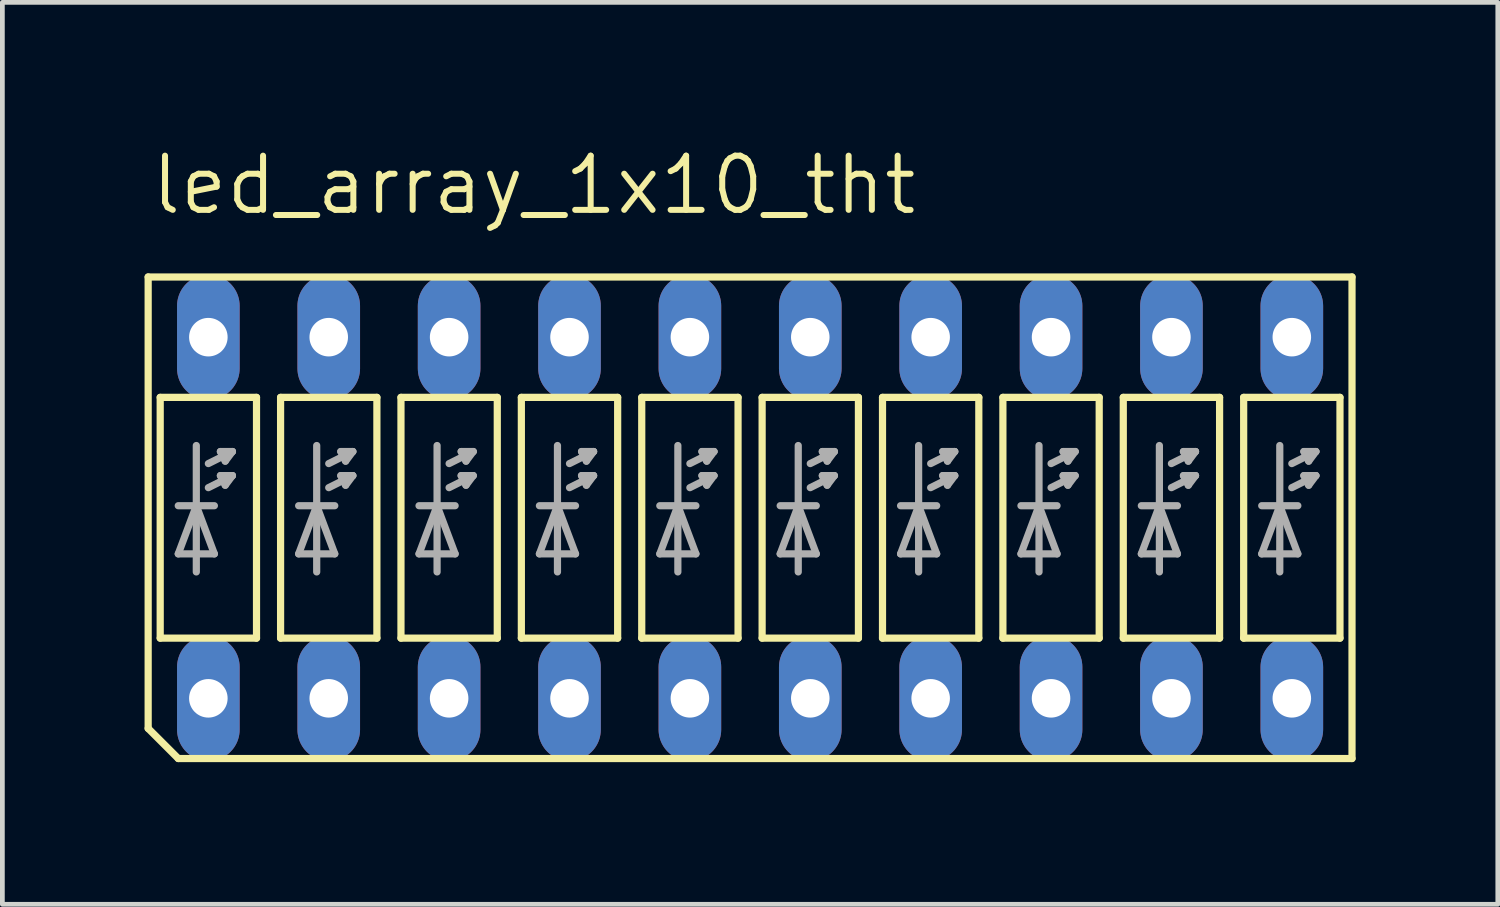
<source format=kicad_pcb>
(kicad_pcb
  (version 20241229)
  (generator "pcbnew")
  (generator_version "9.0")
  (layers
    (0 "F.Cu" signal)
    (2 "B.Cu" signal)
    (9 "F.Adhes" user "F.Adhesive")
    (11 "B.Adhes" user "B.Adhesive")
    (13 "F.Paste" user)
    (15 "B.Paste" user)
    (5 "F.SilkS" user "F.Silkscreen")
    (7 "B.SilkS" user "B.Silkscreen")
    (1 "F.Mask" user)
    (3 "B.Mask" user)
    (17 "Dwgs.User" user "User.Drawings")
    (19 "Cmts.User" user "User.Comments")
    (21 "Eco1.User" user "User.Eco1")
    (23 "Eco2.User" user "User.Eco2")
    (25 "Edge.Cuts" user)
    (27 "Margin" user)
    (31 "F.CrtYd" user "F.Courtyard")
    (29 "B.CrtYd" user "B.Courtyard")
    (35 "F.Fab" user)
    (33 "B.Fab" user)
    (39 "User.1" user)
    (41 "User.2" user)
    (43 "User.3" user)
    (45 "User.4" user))
  (footprint "led_array_1x10_tht"
    (layer "F.Cu")
    (at 12.776 7.874)
    (property "Reference" "led_array_1x10_tht" (at -12.7 -6.35 0) (layer "F.SilkS") (effects (font (size 1.143 1.143) (thickness 0.127)) (justify left bottom)))
    (fp_line (start -12.7 -5.08) (end 12.7 -5.08) (stroke (width 0.152) (type solid)) (layer "F.SilkS"))
    (fp_line (start -12.7 4.445) (end -12.7 -5.08) (stroke (width 0.152) (type solid)) (layer "F.SilkS"))
    (fp_line (start -12.7 4.445) (end -12.065 5.08) (stroke (width 0.152) (type solid)) (layer "F.SilkS"))
    (fp_line (start -12.446 -2.54) (end -10.414 -2.54) (stroke (width 0.152) (type solid)) (layer "F.SilkS"))
    (fp_line (start -12.446 2.54) (end -12.446 -2.54) (stroke (width 0.152) (type solid)) (layer "F.SilkS"))
    (fp_line (start -12.065 5.08) (end 12.7 5.08) (stroke (width 0.152) (type solid)) (layer "F.SilkS"))
    (fp_line (start -10.414 -2.54) (end -10.414 2.54) (stroke (width 0.152) (type solid)) (layer "F.SilkS"))
    (fp_line (start -10.414 2.54) (end -12.446 2.54) (stroke (width 0.152) (type solid)) (layer "F.SilkS"))
    (fp_line (start -9.906 -2.54) (end -7.874 -2.54) (stroke (width 0.152) (type solid)) (layer "F.SilkS"))
    (fp_line (start -9.906 2.54) (end -9.906 -2.54) (stroke (width 0.152) (type solid)) (layer "F.SilkS"))
    (fp_line (start -7.874 -2.54) (end -7.874 2.54) (stroke (width 0.152) (type solid)) (layer "F.SilkS"))
    (fp_line (start -7.874 2.54) (end -9.906 2.54) (stroke (width 0.152) (type solid)) (layer "F.SilkS"))
    (fp_line (start -7.366 -2.54) (end -5.334 -2.54) (stroke (width 0.152) (type solid)) (layer "F.SilkS"))
    (fp_line (start -7.366 2.54) (end -7.366 -2.54) (stroke (width 0.152) (type solid)) (layer "F.SilkS"))
    (fp_line (start -5.334 -2.54) (end -5.334 2.54) (stroke (width 0.152) (type solid)) (layer "F.SilkS"))
    (fp_line (start -5.334 2.54) (end -7.366 2.54) (stroke (width 0.152) (type solid)) (layer "F.SilkS"))
    (fp_line (start -4.826 -2.54) (end -4.826 2.54) (stroke (width 0.152) (type solid)) (layer "F.SilkS"))
    (fp_line (start -4.826 2.54) (end -2.794 2.54) (stroke (width 0.152) (type solid)) (layer "F.SilkS"))
    (fp_line (start -2.794 -2.54) (end -4.826 -2.54) (stroke (width 0.152) (type solid)) (layer "F.SilkS"))
    (fp_line (start -2.794 2.54) (end -2.794 -2.54) (stroke (width 0.152) (type solid)) (layer "F.SilkS"))
    (fp_line (start -2.286 -2.54) (end -2.286 2.54) (stroke (width 0.152) (type solid)) (layer "F.SilkS"))
    (fp_line (start -2.286 2.54) (end -0.254 2.54) (stroke (width 0.152) (type solid)) (layer "F.SilkS"))
    (fp_line (start -0.254 -2.54) (end -2.286 -2.54) (stroke (width 0.152) (type solid)) (layer "F.SilkS"))
    (fp_line (start -0.254 2.54) (end -0.254 -2.54) (stroke (width 0.152) (type solid)) (layer "F.SilkS"))
    (fp_line (start 0.254 -2.54) (end 0.254 2.54) (stroke (width 0.152) (type solid)) (layer "F.SilkS"))
    (fp_line (start 0.254 2.54) (end 2.286 2.54) (stroke (width 0.152) (type solid)) (layer "F.SilkS"))
    (fp_line (start 2.286 -2.54) (end 0.254 -2.54) (stroke (width 0.152) (type solid)) (layer "F.SilkS"))
    (fp_line (start 2.286 2.54) (end 2.286 -2.54) (stroke (width 0.152) (type solid)) (layer "F.SilkS"))
    (fp_line (start 2.794 -2.54) (end 2.794 2.54) (stroke (width 0.152) (type solid)) (layer "F.SilkS"))
    (fp_line (start 2.794 2.54) (end 4.826 2.54) (stroke (width 0.152) (type solid)) (layer "F.SilkS"))
    (fp_line (start 4.826 -2.54) (end 2.794 -2.54) (stroke (width 0.152) (type solid)) (layer "F.SilkS"))
    (fp_line (start 4.826 2.54) (end 4.826 -2.54) (stroke (width 0.152) (type solid)) (layer "F.SilkS"))
    (fp_line (start 5.334 -2.54) (end 5.334 2.54) (stroke (width 0.152) (type solid)) (layer "F.SilkS"))
    (fp_line (start 5.334 2.54) (end 7.366 2.54) (stroke (width 0.152) (type solid)) (layer "F.SilkS"))
    (fp_line (start 7.366 -2.54) (end 5.334 -2.54) (stroke (width 0.152) (type solid)) (layer "F.SilkS"))
    (fp_line (start 7.366 2.54) (end 7.366 -2.54) (stroke (width 0.152) (type solid)) (layer "F.SilkS"))
    (fp_line (start 7.874 -2.54) (end 7.874 2.54) (stroke (width 0.152) (type solid)) (layer "F.SilkS"))
    (fp_line (start 7.874 2.54) (end 9.906 2.54) (stroke (width 0.152) (type solid)) (layer "F.SilkS"))
    (fp_line (start 9.906 -2.54) (end 7.874 -2.54) (stroke (width 0.152) (type solid)) (layer "F.SilkS"))
    (fp_line (start 9.906 2.54) (end 9.906 -2.54) (stroke (width 0.152) (type solid)) (layer "F.SilkS"))
    (fp_line (start 10.414 -2.54) (end 10.414 2.54) (stroke (width 0.152) (type solid)) (layer "F.SilkS"))
    (fp_line (start 10.414 2.54) (end 12.446 2.54) (stroke (width 0.152) (type solid)) (layer "F.SilkS"))
    (fp_line (start 12.446 -2.54) (end 10.414 -2.54) (stroke (width 0.152) (type solid)) (layer "F.SilkS"))
    (fp_line (start 12.446 2.54) (end 12.446 -2.54) (stroke (width 0.152) (type solid)) (layer "F.SilkS"))
    (fp_line (start 12.7 5.08) (end 12.7 -5.08) (stroke (width 0.152) (type solid)) (layer "F.SilkS"))
    (fp_line (start -12.065 -0.254) (end -11.684 -0.254) (stroke (width 0.152) (type solid)) (layer "F.Fab"))
    (fp_line (start -12.065 0.762) (end -11.684 -0.254) (stroke (width 0.152) (type solid)) (layer "F.Fab"))
    (fp_line (start -12.065 0.762) (end -11.303 0.762) (stroke (width 0.152) (type solid)) (layer "F.Fab"))
    (fp_line (start -11.684 -0.254) (end -11.684 -1.524) (stroke (width 0.152) (type solid)) (layer "F.Fab"))
    (fp_line (start -11.684 -0.254) (end -11.303 -0.254) (stroke (width 0.152) (type solid)) (layer "F.Fab"))
    (fp_line (start -11.684 -0.254) (end -11.303 0.762) (stroke (width 0.152) (type solid)) (layer "F.Fab"))
    (fp_line (start -11.684 1.143) (end -11.684 -0.254) (stroke (width 0.152) (type solid)) (layer "F.Fab"))
    (fp_line (start -11.43 -1.143) (end -10.922 -1.397) (stroke (width 0.152) (type solid)) (layer "F.Fab"))
    (fp_line (start -11.43 -0.635) (end -10.922 -0.889) (stroke (width 0.152) (type solid)) (layer "F.Fab"))
    (fp_line (start -11.074 -1.194) (end -11.176 -1.397) (stroke (width 0.152) (type solid)) (layer "F.Fab"))
    (fp_line (start -11.074 -0.686) (end -11.176 -0.889) (stroke (width 0.152) (type solid)) (layer "F.Fab"))
    (fp_line (start -10.922 -1.397) (end -11.176 -1.397) (stroke (width 0.152) (type solid)) (layer "F.Fab"))
    (fp_line (start -10.922 -1.397) (end -11.074 -1.194) (stroke (width 0.152) (type solid)) (layer "F.Fab"))
    (fp_line (start -10.922 -0.889) (end -11.176 -0.889) (stroke (width 0.152) (type solid)) (layer "F.Fab"))
    (fp_line (start -10.922 -0.889) (end -11.074 -0.686) (stroke (width 0.152) (type solid)) (layer "F.Fab"))
    (fp_line (start -9.525 -0.254) (end -9.144 -0.254) (stroke (width 0.152) (type solid)) (layer "F.Fab"))
    (fp_line (start -9.525 0.762) (end -9.144 -0.254) (stroke (width 0.152) (type solid)) (layer "F.Fab"))
    (fp_line (start -9.525 0.762) (end -8.763 0.762) (stroke (width 0.152) (type solid)) (layer "F.Fab"))
    (fp_line (start -9.144 -0.254) (end -9.144 -1.524) (stroke (width 0.152) (type solid)) (layer "F.Fab"))
    (fp_line (start -9.144 -0.254) (end -8.763 -0.254) (stroke (width 0.152) (type solid)) (layer "F.Fab"))
    (fp_line (start -9.144 -0.254) (end -8.763 0.762) (stroke (width 0.152) (type solid)) (layer "F.Fab"))
    (fp_line (start -9.144 1.143) (end -9.144 -0.254) (stroke (width 0.152) (type solid)) (layer "F.Fab"))
    (fp_line (start -8.89 -1.143) (end -8.382 -1.397) (stroke (width 0.152) (type solid)) (layer "F.Fab"))
    (fp_line (start -8.89 -0.635) (end -8.382 -0.889) (stroke (width 0.152) (type solid)) (layer "F.Fab"))
    (fp_line (start -8.534 -1.194) (end -8.636 -1.397) (stroke (width 0.152) (type solid)) (layer "F.Fab"))
    (fp_line (start -8.534 -0.686) (end -8.636 -0.889) (stroke (width 0.152) (type solid)) (layer "F.Fab"))
    (fp_line (start -8.382 -1.397) (end -8.636 -1.397) (stroke (width 0.152) (type solid)) (layer "F.Fab"))
    (fp_line (start -8.382 -1.397) (end -8.534 -1.194) (stroke (width 0.152) (type solid)) (layer "F.Fab"))
    (fp_line (start -8.382 -0.889) (end -8.636 -0.889) (stroke (width 0.152) (type solid)) (layer "F.Fab"))
    (fp_line (start -8.382 -0.889) (end -8.534 -0.686) (stroke (width 0.152) (type solid)) (layer "F.Fab"))
    (fp_line (start -6.985 -0.254) (end -6.604 -0.254) (stroke (width 0.152) (type solid)) (layer "F.Fab"))
    (fp_line (start -6.985 0.762) (end -6.604 -0.254) (stroke (width 0.152) (type solid)) (layer "F.Fab"))
    (fp_line (start -6.985 0.762) (end -6.223 0.762) (stroke (width 0.152) (type solid)) (layer "F.Fab"))
    (fp_line (start -6.604 -0.254) (end -6.604 -1.524) (stroke (width 0.152) (type solid)) (layer "F.Fab"))
    (fp_line (start -6.604 -0.254) (end -6.223 -0.254) (stroke (width 0.152) (type solid)) (layer "F.Fab"))
    (fp_line (start -6.604 -0.254) (end -6.223 0.762) (stroke (width 0.152) (type solid)) (layer "F.Fab"))
    (fp_line (start -6.604 1.143) (end -6.604 -0.254) (stroke (width 0.152) (type solid)) (layer "F.Fab"))
    (fp_line (start -6.35 -1.143) (end -5.842 -1.397) (stroke (width 0.152) (type solid)) (layer "F.Fab"))
    (fp_line (start -6.35 -0.635) (end -5.842 -0.889) (stroke (width 0.152) (type solid)) (layer "F.Fab"))
    (fp_line (start -5.994 -1.194) (end -6.096 -1.397) (stroke (width 0.152) (type solid)) (layer "F.Fab"))
    (fp_line (start -5.994 -0.686) (end -6.096 -0.889) (stroke (width 0.152) (type solid)) (layer "F.Fab"))
    (fp_line (start -5.842 -1.397) (end -6.096 -1.397) (stroke (width 0.152) (type solid)) (layer "F.Fab"))
    (fp_line (start -5.842 -1.397) (end -5.994 -1.194) (stroke (width 0.152) (type solid)) (layer "F.Fab"))
    (fp_line (start -5.842 -0.889) (end -6.096 -0.889) (stroke (width 0.152) (type solid)) (layer "F.Fab"))
    (fp_line (start -5.842 -0.889) (end -5.994 -0.686) (stroke (width 0.152) (type solid)) (layer "F.Fab"))
    (fp_line (start -4.445 -0.254) (end -4.064 -0.254) (stroke (width 0.152) (type solid)) (layer "F.Fab"))
    (fp_line (start -4.445 0.762) (end -4.064 -0.254) (stroke (width 0.152) (type solid)) (layer "F.Fab"))
    (fp_line (start -4.445 0.762) (end -3.683 0.762) (stroke (width 0.152) (type solid)) (layer "F.Fab"))
    (fp_line (start -4.064 -0.254) (end -4.064 -1.524) (stroke (width 0.152) (type solid)) (layer "F.Fab"))
    (fp_line (start -4.064 -0.254) (end -3.683 -0.254) (stroke (width 0.152) (type solid)) (layer "F.Fab"))
    (fp_line (start -4.064 -0.254) (end -3.683 0.762) (stroke (width 0.152) (type solid)) (layer "F.Fab"))
    (fp_line (start -4.064 1.143) (end -4.064 -0.254) (stroke (width 0.152) (type solid)) (layer "F.Fab"))
    (fp_line (start -3.81 -1.143) (end -3.302 -1.397) (stroke (width 0.152) (type solid)) (layer "F.Fab"))
    (fp_line (start -3.81 -0.635) (end -3.302 -0.889) (stroke (width 0.152) (type solid)) (layer "F.Fab"))
    (fp_line (start -3.454 -1.194) (end -3.556 -1.397) (stroke (width 0.152) (type solid)) (layer "F.Fab"))
    (fp_line (start -3.454 -0.686) (end -3.556 -0.889) (stroke (width 0.152) (type solid)) (layer "F.Fab"))
    (fp_line (start -3.302 -1.397) (end -3.556 -1.397) (stroke (width 0.152) (type solid)) (layer "F.Fab"))
    (fp_line (start -3.302 -1.397) (end -3.454 -1.194) (stroke (width 0.152) (type solid)) (layer "F.Fab"))
    (fp_line (start -3.302 -0.889) (end -3.556 -0.889) (stroke (width 0.152) (type solid)) (layer "F.Fab"))
    (fp_line (start -3.302 -0.889) (end -3.454 -0.686) (stroke (width 0.152) (type solid)) (layer "F.Fab"))
    (fp_line (start -1.905 -0.254) (end -1.524 -0.254) (stroke (width 0.152) (type solid)) (layer "F.Fab"))
    (fp_line (start -1.905 0.762) (end -1.524 -0.254) (stroke (width 0.152) (type solid)) (layer "F.Fab"))
    (fp_line (start -1.905 0.762) (end -1.143 0.762) (stroke (width 0.152) (type solid)) (layer "F.Fab"))
    (fp_line (start -1.524 -0.254) (end -1.524 -1.524) (stroke (width 0.152) (type solid)) (layer "F.Fab"))
    (fp_line (start -1.524 -0.254) (end -1.143 -0.254) (stroke (width 0.152) (type solid)) (layer "F.Fab"))
    (fp_line (start -1.524 -0.254) (end -1.143 0.762) (stroke (width 0.152) (type solid)) (layer "F.Fab"))
    (fp_line (start -1.524 1.143) (end -1.524 -0.254) (stroke (width 0.152) (type solid)) (layer "F.Fab"))
    (fp_line (start -1.27 -1.143) (end -0.762 -1.397) (stroke (width 0.152) (type solid)) (layer "F.Fab"))
    (fp_line (start -1.27 -0.635) (end -0.762 -0.889) (stroke (width 0.152) (type solid)) (layer "F.Fab"))
    (fp_line (start -0.914 -1.194) (end -1.016 -1.397) (stroke (width 0.152) (type solid)) (layer "F.Fab"))
    (fp_line (start -0.914 -0.686) (end -1.016 -0.889) (stroke (width 0.152) (type solid)) (layer "F.Fab"))
    (fp_line (start -0.762 -1.397) (end -1.016 -1.397) (stroke (width 0.152) (type solid)) (layer "F.Fab"))
    (fp_line (start -0.762 -1.397) (end -0.914 -1.194) (stroke (width 0.152) (type solid)) (layer "F.Fab"))
    (fp_line (start -0.762 -0.889) (end -1.016 -0.889) (stroke (width 0.152) (type solid)) (layer "F.Fab"))
    (fp_line (start -0.762 -0.889) (end -0.914 -0.686) (stroke (width 0.152) (type solid)) (layer "F.Fab"))
    (fp_line (start 0.635 -0.254) (end 1.016 -0.254) (stroke (width 0.152) (type solid)) (layer "F.Fab"))
    (fp_line (start 0.635 0.762) (end 1.016 -0.254) (stroke (width 0.152) (type solid)) (layer "F.Fab"))
    (fp_line (start 0.635 0.762) (end 1.397 0.762) (stroke (width 0.152) (type solid)) (layer "F.Fab"))
    (fp_line (start 1.016 -0.254) (end 1.016 -1.524) (stroke (width 0.152) (type solid)) (layer "F.Fab"))
    (fp_line (start 1.016 -0.254) (end 1.397 -0.254) (stroke (width 0.152) (type solid)) (layer "F.Fab"))
    (fp_line (start 1.016 -0.254) (end 1.397 0.762) (stroke (width 0.152) (type solid)) (layer "F.Fab"))
    (fp_line (start 1.016 1.143) (end 1.016 -0.254) (stroke (width 0.152) (type solid)) (layer "F.Fab"))
    (fp_line (start 1.27 -1.143) (end 1.778 -1.397) (stroke (width 0.152) (type solid)) (layer "F.Fab"))
    (fp_line (start 1.27 -0.635) (end 1.778 -0.889) (stroke (width 0.152) (type solid)) (layer "F.Fab"))
    (fp_line (start 1.626 -1.194) (end 1.524 -1.397) (stroke (width 0.152) (type solid)) (layer "F.Fab"))
    (fp_line (start 1.626 -0.686) (end 1.524 -0.889) (stroke (width 0.152) (type solid)) (layer "F.Fab"))
    (fp_line (start 1.778 -1.397) (end 1.524 -1.397) (stroke (width 0.152) (type solid)) (layer "F.Fab"))
    (fp_line (start 1.778 -1.397) (end 1.626 -1.194) (stroke (width 0.152) (type solid)) (layer "F.Fab"))
    (fp_line (start 1.778 -0.889) (end 1.524 -0.889) (stroke (width 0.152) (type solid)) (layer "F.Fab"))
    (fp_line (start 1.778 -0.889) (end 1.626 -0.686) (stroke (width 0.152) (type solid)) (layer "F.Fab"))
    (fp_line (start 3.175 -0.254) (end 3.556 -0.254) (stroke (width 0.152) (type solid)) (layer "F.Fab"))
    (fp_line (start 3.175 0.762) (end 3.556 -0.254) (stroke (width 0.152) (type solid)) (layer "F.Fab"))
    (fp_line (start 3.175 0.762) (end 3.937 0.762) (stroke (width 0.152) (type solid)) (layer "F.Fab"))
    (fp_line (start 3.556 -0.254) (end 3.556 -1.524) (stroke (width 0.152) (type solid)) (layer "F.Fab"))
    (fp_line (start 3.556 -0.254) (end 3.937 -0.254) (stroke (width 0.152) (type solid)) (layer "F.Fab"))
    (fp_line (start 3.556 -0.254) (end 3.937 0.762) (stroke (width 0.152) (type solid)) (layer "F.Fab"))
    (fp_line (start 3.556 1.143) (end 3.556 -0.254) (stroke (width 0.152) (type solid)) (layer "F.Fab"))
    (fp_line (start 3.81 -1.143) (end 4.318 -1.397) (stroke (width 0.152) (type solid)) (layer "F.Fab"))
    (fp_line (start 3.81 -0.635) (end 4.318 -0.889) (stroke (width 0.152) (type solid)) (layer "F.Fab"))
    (fp_line (start 4.166 -1.194) (end 4.064 -1.397) (stroke (width 0.152) (type solid)) (layer "F.Fab"))
    (fp_line (start 4.166 -0.686) (end 4.064 -0.889) (stroke (width 0.152) (type solid)) (layer "F.Fab"))
    (fp_line (start 4.318 -1.397) (end 4.064 -1.397) (stroke (width 0.152) (type solid)) (layer "F.Fab"))
    (fp_line (start 4.318 -1.397) (end 4.166 -1.194) (stroke (width 0.152) (type solid)) (layer "F.Fab"))
    (fp_line (start 4.318 -0.889) (end 4.064 -0.889) (stroke (width 0.152) (type solid)) (layer "F.Fab"))
    (fp_line (start 4.318 -0.889) (end 4.166 -0.686) (stroke (width 0.152) (type solid)) (layer "F.Fab"))
    (fp_line (start 5.715 -0.254) (end 6.096 -0.254) (stroke (width 0.152) (type solid)) (layer "F.Fab"))
    (fp_line (start 5.715 0.762) (end 6.096 -0.254) (stroke (width 0.152) (type solid)) (layer "F.Fab"))
    (fp_line (start 5.715 0.762) (end 6.477 0.762) (stroke (width 0.152) (type solid)) (layer "F.Fab"))
    (fp_line (start 6.096 -0.254) (end 6.096 -1.524) (stroke (width 0.152) (type solid)) (layer "F.Fab"))
    (fp_line (start 6.096 -0.254) (end 6.477 -0.254) (stroke (width 0.152) (type solid)) (layer "F.Fab"))
    (fp_line (start 6.096 -0.254) (end 6.477 0.762) (stroke (width 0.152) (type solid)) (layer "F.Fab"))
    (fp_line (start 6.096 1.143) (end 6.096 -0.254) (stroke (width 0.152) (type solid)) (layer "F.Fab"))
    (fp_line (start 6.35 -1.143) (end 6.858 -1.397) (stroke (width 0.152) (type solid)) (layer "F.Fab"))
    (fp_line (start 6.35 -0.635) (end 6.858 -0.889) (stroke (width 0.152) (type solid)) (layer "F.Fab"))
    (fp_line (start 6.706 -1.194) (end 6.604 -1.397) (stroke (width 0.152) (type solid)) (layer "F.Fab"))
    (fp_line (start 6.706 -0.686) (end 6.604 -0.889) (stroke (width 0.152) (type solid)) (layer "F.Fab"))
    (fp_line (start 6.858 -1.397) (end 6.604 -1.397) (stroke (width 0.152) (type solid)) (layer "F.Fab"))
    (fp_line (start 6.858 -1.397) (end 6.706 -1.194) (stroke (width 0.152) (type solid)) (layer "F.Fab"))
    (fp_line (start 6.858 -0.889) (end 6.604 -0.889) (stroke (width 0.152) (type solid)) (layer "F.Fab"))
    (fp_line (start 6.858 -0.889) (end 6.706 -0.686) (stroke (width 0.152) (type solid)) (layer "F.Fab"))
    (fp_line (start 8.255 -0.254) (end 8.636 -0.254) (stroke (width 0.152) (type solid)) (layer "F.Fab"))
    (fp_line (start 8.255 0.762) (end 8.636 -0.254) (stroke (width 0.152) (type solid)) (layer "F.Fab"))
    (fp_line (start 8.255 0.762) (end 9.017 0.762) (stroke (width 0.152) (type solid)) (layer "F.Fab"))
    (fp_line (start 8.636 -0.254) (end 8.636 -1.524) (stroke (width 0.152) (type solid)) (layer "F.Fab"))
    (fp_line (start 8.636 -0.254) (end 9.017 -0.254) (stroke (width 0.152) (type solid)) (layer "F.Fab"))
    (fp_line (start 8.636 -0.254) (end 9.017 0.762) (stroke (width 0.152) (type solid)) (layer "F.Fab"))
    (fp_line (start 8.636 1.143) (end 8.636 -0.254) (stroke (width 0.152) (type solid)) (layer "F.Fab"))
    (fp_line (start 8.89 -1.143) (end 9.398 -1.397) (stroke (width 0.152) (type solid)) (layer "F.Fab"))
    (fp_line (start 8.89 -0.635) (end 9.398 -0.889) (stroke (width 0.152) (type solid)) (layer "F.Fab"))
    (fp_line (start 9.246 -1.194) (end 9.144 -1.397) (stroke (width 0.152) (type solid)) (layer "F.Fab"))
    (fp_line (start 9.246 -0.686) (end 9.144 -0.889) (stroke (width 0.152) (type solid)) (layer "F.Fab"))
    (fp_line (start 9.398 -1.397) (end 9.144 -1.397) (stroke (width 0.152) (type solid)) (layer "F.Fab"))
    (fp_line (start 9.398 -1.397) (end 9.246 -1.194) (stroke (width 0.152) (type solid)) (layer "F.Fab"))
    (fp_line (start 9.398 -0.889) (end 9.144 -0.889) (stroke (width 0.152) (type solid)) (layer "F.Fab"))
    (fp_line (start 9.398 -0.889) (end 9.246 -0.686) (stroke (width 0.152) (type solid)) (layer "F.Fab"))
    (fp_line (start 10.795 -0.254) (end 11.176 -0.254) (stroke (width 0.152) (type solid)) (layer "F.Fab"))
    (fp_line (start 10.795 0.762) (end 11.176 -0.254) (stroke (width 0.152) (type solid)) (layer "F.Fab"))
    (fp_line (start 10.795 0.762) (end 11.557 0.762) (stroke (width 0.152) (type solid)) (layer "F.Fab"))
    (fp_line (start 11.176 -0.254) (end 11.176 -1.524) (stroke (width 0.152) (type solid)) (layer "F.Fab"))
    (fp_line (start 11.176 -0.254) (end 11.557 -0.254) (stroke (width 0.152) (type solid)) (layer "F.Fab"))
    (fp_line (start 11.176 -0.254) (end 11.557 0.762) (stroke (width 0.152) (type solid)) (layer "F.Fab"))
    (fp_line (start 11.176 1.143) (end 11.176 -0.254) (stroke (width 0.152) (type solid)) (layer "F.Fab"))
    (fp_line (start 11.43 -1.143) (end 11.938 -1.397) (stroke (width 0.152) (type solid)) (layer "F.Fab"))
    (fp_line (start 11.43 -0.635) (end 11.938 -0.889) (stroke (width 0.152) (type solid)) (layer "F.Fab"))
    (fp_line (start 11.786 -1.194) (end 11.684 -1.397) (stroke (width 0.152) (type solid)) (layer "F.Fab"))
    (fp_line (start 11.786 -0.686) (end 11.684 -0.889) (stroke (width 0.152) (type solid)) (layer "F.Fab"))
    (fp_line (start 11.938 -1.397) (end 11.684 -1.397) (stroke (width 0.152) (type solid)) (layer "F.Fab"))
    (fp_line (start 11.938 -1.397) (end 11.786 -1.194) (stroke (width 0.152) (type solid)) (layer "F.Fab"))
    (fp_line (start 11.938 -0.889) (end 11.684 -0.889) (stroke (width 0.152) (type solid)) (layer "F.Fab"))
    (fp_line (start 11.938 -0.889) (end 11.786 -0.686) (stroke (width 0.152) (type solid)) (layer "F.Fab"))
    (pad "1" thru_hole oval (at -11.43 3.81 90) (size 2.642 1.321) (drill 0.813) (layers "*.Cu" "*.Mask"))
    (pad "2" thru_hole oval (at -8.89 3.81 90) (size 2.642 1.321) (drill 0.813) (layers "*.Cu" "*.Mask"))
    (pad "3" thru_hole oval (at -6.35 3.81 90) (size 2.642 1.321) (drill 0.813) (layers "*.Cu" "*.Mask"))
    (pad "4" thru_hole oval (at -3.81 3.81 90) (size 2.642 1.321) (drill 0.813) (layers "*.Cu" "*.Mask"))
    (pad "5" thru_hole oval (at -1.27 3.81 90) (size 2.642 1.321) (drill 0.813) (layers "*.Cu" "*.Mask"))
    (pad "6" thru_hole oval (at 1.27 3.81 90) (size 2.642 1.321) (drill 0.813) (layers "*.Cu" "*.Mask"))
    (pad "7" thru_hole oval (at 3.81 3.81 90) (size 2.642 1.321) (drill 0.813) (layers "*.Cu" "*.Mask"))
    (pad "8" thru_hole oval (at 6.35 3.81 90) (size 2.642 1.321) (drill 0.813) (layers "*.Cu" "*.Mask"))
    (pad "9" thru_hole oval (at 8.89 3.81 90) (size 2.642 1.321) (drill 0.813) (layers "*.Cu" "*.Mask"))
    (pad "10" thru_hole oval (at 11.43 3.81 90) (size 2.642 1.321) (drill 0.813) (layers "*.Cu" "*.Mask"))
    (pad "11" thru_hole oval (at 11.43 -3.81 90) (size 2.642 1.321) (drill 0.813) (layers "*.Cu" "*.Mask"))
    (pad "12" thru_hole oval (at 8.89 -3.81 90) (size 2.642 1.321) (drill 0.813) (layers "*.Cu" "*.Mask"))
    (pad "13" thru_hole oval (at 6.35 -3.81 90) (size 2.642 1.321) (drill 0.813) (layers "*.Cu" "*.Mask"))
    (pad "14" thru_hole oval (at 3.81 -3.81 90) (size 2.642 1.321) (drill 0.813) (layers "*.Cu" "*.Mask"))
    (pad "15" thru_hole oval (at 1.27 -3.81 90) (size 2.642 1.321) (drill 0.813) (layers "*.Cu" "*.Mask"))
    (pad "16" thru_hole oval (at -1.27 -3.81 90) (size 2.642 1.321) (drill 0.813) (layers "*.Cu" "*.Mask"))
    (pad "17" thru_hole oval (at -3.81 -3.81 90) (size 2.642 1.321) (drill 0.813) (layers "*.Cu" "*.Mask"))
    (pad "18" thru_hole oval (at -6.35 -3.81 90) (size 2.642 1.321) (drill 0.813) (layers "*.Cu" "*.Mask"))
    (pad "19" thru_hole oval (at -8.89 -3.81 90) (size 2.642 1.321) (drill 0.813) (layers "*.Cu" "*.Mask"))
    (pad "20" thru_hole oval (at -11.43 -3.81 90) (size 2.642 1.321) (drill 0.813) (layers "*.Cu" "*.Mask")))
  (gr_rect
    (start -3 -3)
    (end 28.552 16.03)
    (stroke (width 0.1) (type default))
    (fill no)
    (layer "Edge.Cuts")))
</source>
